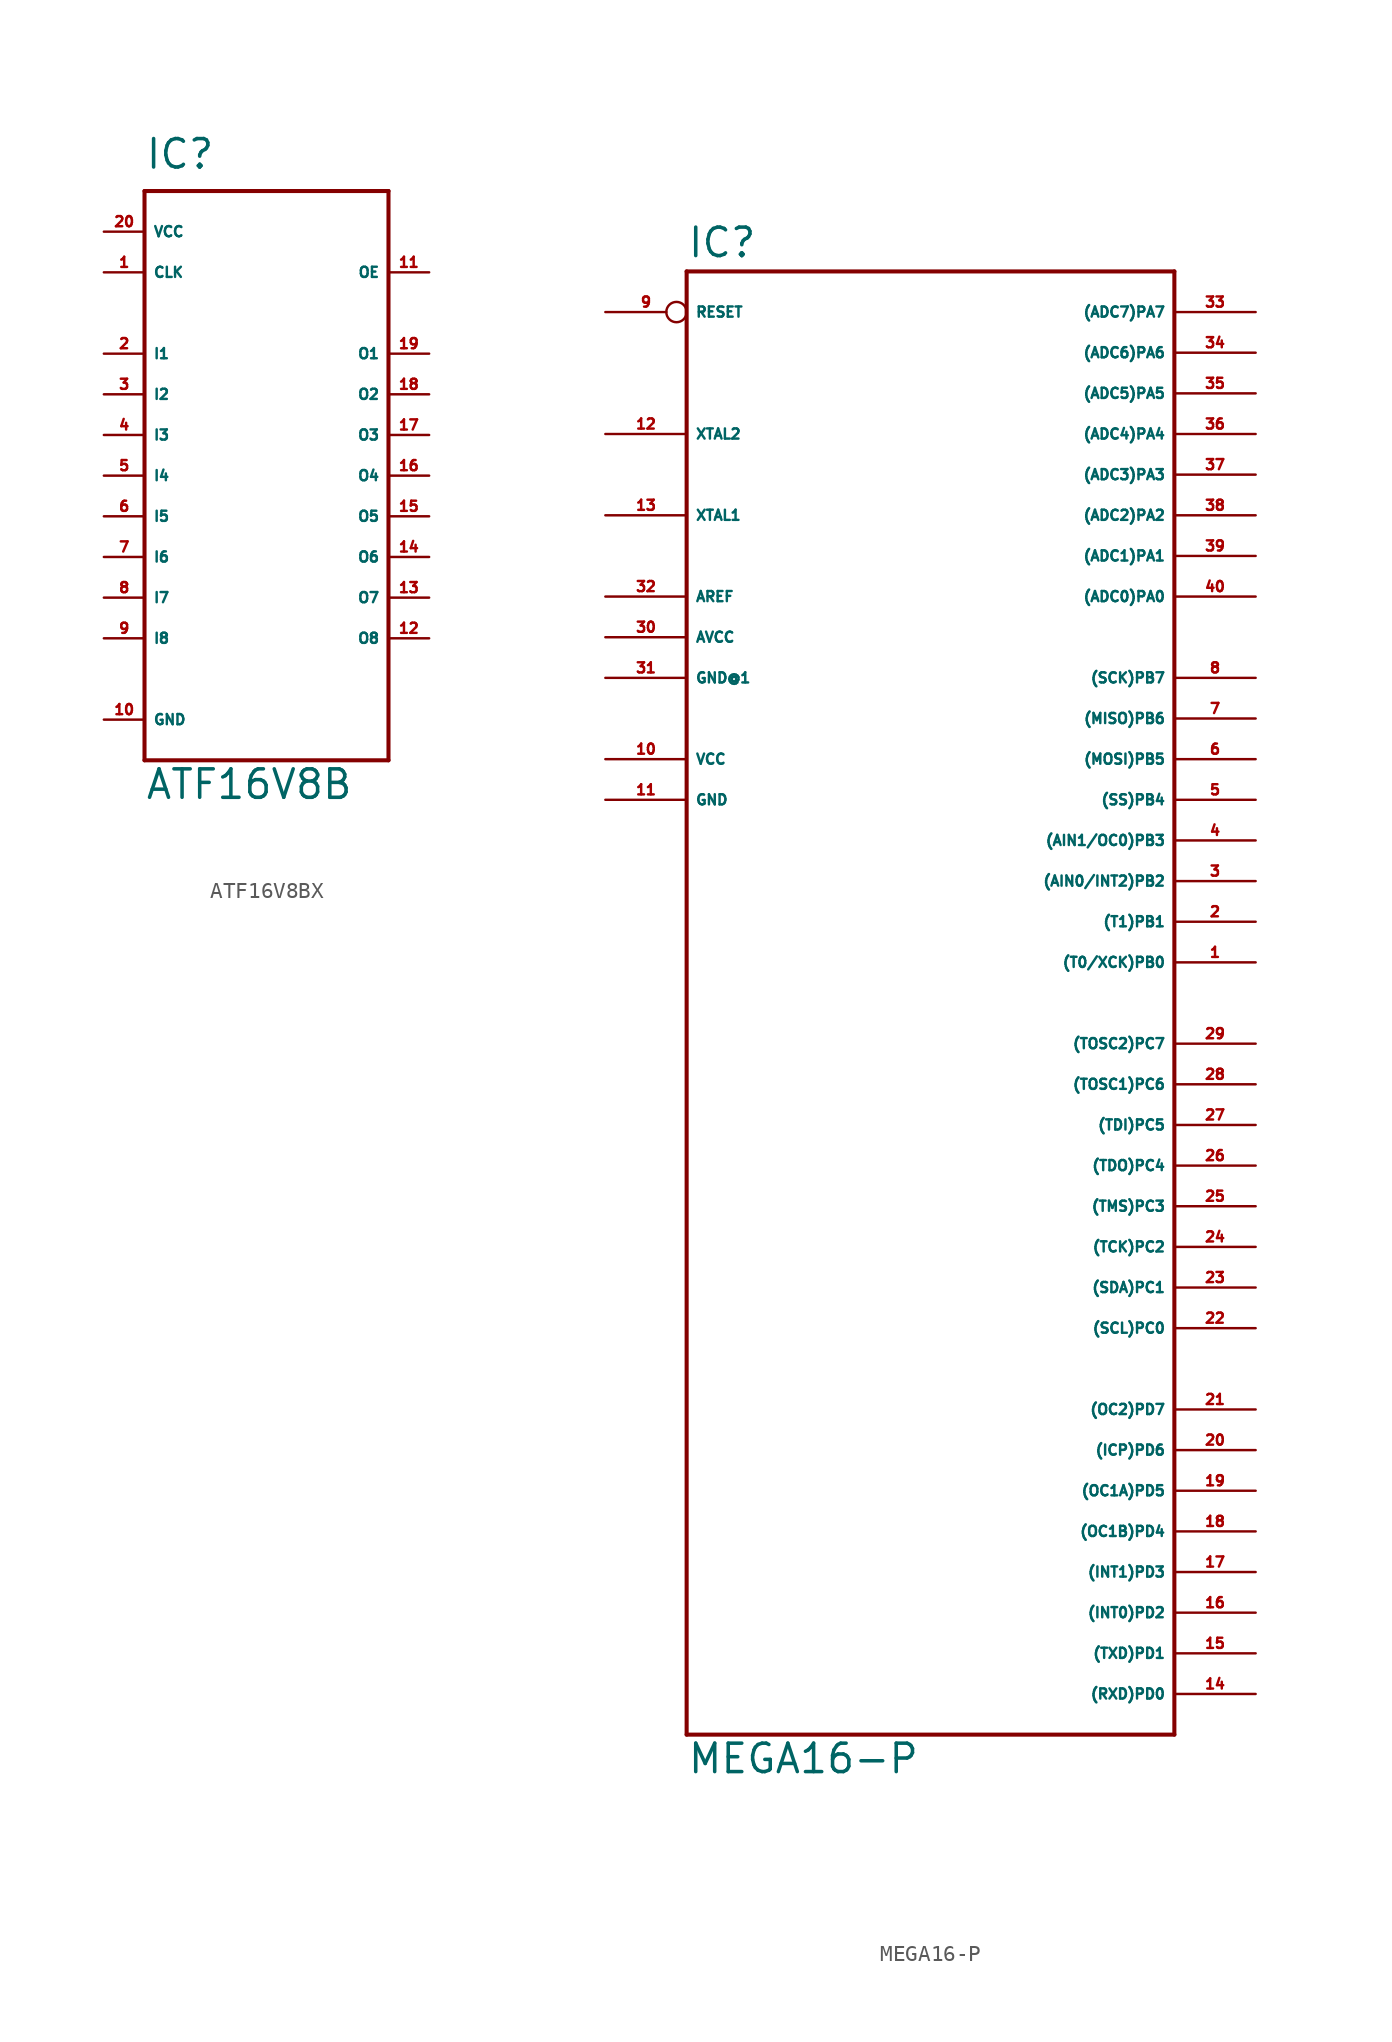
<source format=kicad_sym>
(kicad_symbol_lib
  (version 20220914)
  (generator Eagle2Kicad)
  (symbol "ATF16V8BX"
    (property "Reference" "IC"
      (at -7.62 19.05 0)
      (effects (font (size 1.778 1.778) (thickness 0.22)) (justify left bottom)))
    (property "Value" "ATF16V8B"
      (at -7.62 -20.32 0)
      (effects (font (size 1.778 1.778) (thickness 0.22)) (justify left bottom)))
    (polyline
      (pts (xy -7.62 17.78) (xy 7.62 17.78))
      (stroke (width 0.254) (type default))
      (fill (type none)))
    (polyline
      (pts (xy 7.62 17.78) (xy 7.62 -17.78))
      (stroke (width 0.254) (type default))
      (fill (type none)))
    (polyline
      (pts (xy 7.62 -17.78) (xy -7.62 -17.78))
      (stroke (width 0.254) (type default))
      (fill (type none)))
    (polyline
      (pts (xy -7.62 -17.78) (xy -7.62 17.78))
      (stroke (width 0.254) (type default))
      (fill (type none)))
    (pin input line
      (at -10.16 12.7 0)
      (length 2.54)
      (name "CLK" (effects (font (size 0.635 0.635) (thickness 0.08)) (justify left bottom)))
      (number "1" (effects (font (size 0.635 0.635) (thickness 0.08)) (justify left bottom))))
    (pin input line
      (at -10.16 7.62 0)
      (length 2.54)
      (name "I1" (effects (font (size 0.635 0.635) (thickness 0.08)) (justify left bottom)))
      (number "2" (effects (font (size 0.635 0.635) (thickness 0.08)) (justify left bottom))))
    (pin input line
      (at -10.16 5.08 0)
      (length 2.54)
      (name "I2" (effects (font (size 0.635 0.635) (thickness 0.08)) (justify left bottom)))
      (number "3" (effects (font (size 0.635 0.635) (thickness 0.08)) (justify left bottom))))
    (pin input line
      (at -10.16 2.54 0)
      (length 2.54)
      (name "I3" (effects (font (size 0.635 0.635) (thickness 0.08)) (justify left bottom)))
      (number "4" (effects (font (size 0.635 0.635) (thickness 0.08)) (justify left bottom))))
    (pin input line
      (at -10.16 0 0)
      (length 2.54)
      (name "I4" (effects (font (size 0.635 0.635) (thickness 0.08)) (justify left bottom)))
      (number "5" (effects (font (size 0.635 0.635) (thickness 0.08)) (justify left bottom))))
    (pin input line
      (at -10.16 -2.54 0)
      (length 2.54)
      (name "I5" (effects (font (size 0.635 0.635) (thickness 0.08)) (justify left bottom)))
      (number "6" (effects (font (size 0.635 0.635) (thickness 0.08)) (justify left bottom))))
    (pin input line
      (at -10.16 -5.08 0)
      (length 2.54)
      (name "I6" (effects (font (size 0.635 0.635) (thickness 0.08)) (justify left bottom)))
      (number "7" (effects (font (size 0.635 0.635) (thickness 0.08)) (justify left bottom))))
    (pin input line
      (at -10.16 -7.62 0)
      (length 2.54)
      (name "I7" (effects (font (size 0.635 0.635) (thickness 0.08)) (justify left bottom)))
      (number "8" (effects (font (size 0.635 0.635) (thickness 0.08)) (justify left bottom))))
    (pin input line
      (at -10.16 -10.16 0)
      (length 2.54)
      (name "I8" (effects (font (size 0.635 0.635) (thickness 0.08)) (justify left bottom)))
      (number "9" (effects (font (size 0.635 0.635) (thickness 0.08)) (justify left bottom))))
    (pin output line
      (at 10.16 7.62 180)
      (length 2.54)
      (name "O1" (effects (font (size 0.635 0.635) (thickness 0.08)) (justify left bottom)))
      (number "19" (effects (font (size 0.635 0.635) (thickness 0.08)) (justify left bottom))))
    (pin output line
      (at 10.16 5.08 180)
      (length 2.54)
      (name "O2" (effects (font (size 0.635 0.635) (thickness 0.08)) (justify left bottom)))
      (number "18" (effects (font (size 0.635 0.635) (thickness 0.08)) (justify left bottom))))
    (pin output line
      (at 10.16 2.54 180)
      (length 2.54)
      (name "O3" (effects (font (size 0.635 0.635) (thickness 0.08)) (justify left bottom)))
      (number "17" (effects (font (size 0.635 0.635) (thickness 0.08)) (justify left bottom))))
    (pin output line
      (at 10.16 0 180)
      (length 2.54)
      (name "O4" (effects (font (size 0.635 0.635) (thickness 0.08)) (justify left bottom)))
      (number "16" (effects (font (size 0.635 0.635) (thickness 0.08)) (justify left bottom))))
    (pin output line
      (at 10.16 -2.54 180)
      (length 2.54)
      (name "O5" (effects (font (size 0.635 0.635) (thickness 0.08)) (justify left bottom)))
      (number "15" (effects (font (size 0.635 0.635) (thickness 0.08)) (justify left bottom))))
    (pin output line
      (at 10.16 -5.08 180)
      (length 2.54)
      (name "O6" (effects (font (size 0.635 0.635) (thickness 0.08)) (justify left bottom)))
      (number "14" (effects (font (size 0.635 0.635) (thickness 0.08)) (justify left bottom))))
    (pin output line
      (at 10.16 -7.62 180)
      (length 2.54)
      (name "O7" (effects (font (size 0.635 0.635) (thickness 0.08)) (justify left bottom)))
      (number "13" (effects (font (size 0.635 0.635) (thickness 0.08)) (justify left bottom))))
    (pin output line
      (at 10.16 -10.16 180)
      (length 2.54)
      (name "O8" (effects (font (size 0.635 0.635) (thickness 0.08)) (justify left bottom)))
      (number "12" (effects (font (size 0.635 0.635) (thickness 0.08)) (justify left bottom))))
    (pin input line
      (at 10.16 12.7 180)
      (length 2.54)
      (name "OE" (effects (font (size 0.635 0.635) (thickness 0.08)) (justify left bottom)))
      (number "11" (effects (font (size 0.635 0.635) (thickness 0.08)) (justify left bottom))))
    (pin unspecified line
      (at -10.16 15.24 0)
      (length 2.54)
      (name "VCC" (effects (font (size 0.635 0.635) (thickness 0.08)) (justify left bottom)))
      (number "20" (effects (font (size 0.635 0.635) (thickness 0.08)) (justify left bottom))))
    (pin unspecified line
      (at -10.16 -15.24 0)
      (length 2.54)
      (name "GND" (effects (font (size 0.635 0.635) (thickness 0.08)) (justify left bottom)))
      (number "10" (effects (font (size 0.635 0.635) (thickness 0.08)) (justify left bottom)))))
  (symbol "MEGA16-P"
    (property "Reference" "IC"
      (at -15.24 43.942 0)
      (effects (font (size 1.778 1.778) (thickness 0.22)) (justify left bottom)))
    (property "Value" "MEGA16-P"
      (at -15.24 -50.8 0)
      (effects (font (size 1.778 1.778) (thickness 0.22)) (justify left bottom)))
    (polyline
      (pts (xy -15.24 43.18) (xy 15.24 43.18))
      (stroke (width 0.254) (type default))
      (fill (type none)))
    (polyline
      (pts (xy 15.24 43.18) (xy 15.24 -48.26))
      (stroke (width 0.254) (type default))
      (fill (type none)))
    (polyline
      (pts (xy 15.24 -48.26) (xy -15.24 -48.26))
      (stroke (width 0.254) (type default))
      (fill (type none)))
    (polyline
      (pts (xy -15.24 -48.26) (xy -15.24 43.18))
      (stroke (width 0.254) (type default))
      (fill (type none)))
    (pin bidirectional line
      (at 20.32 40.64 180)
      (length 5.08)
      (name "(ADC7)PA7" (effects (font (size 0.635 0.635) (thickness 0.08)) (justify left bottom)))
      (number "33" (effects (font (size 0.635 0.635) (thickness 0.08)) (justify left bottom))))
    (pin bidirectional line
      (at 20.32 38.1 180)
      (length 5.08)
      (name "(ADC6)PA6" (effects (font (size 0.635 0.635) (thickness 0.08)) (justify left bottom)))
      (number "34" (effects (font (size 0.635 0.635) (thickness 0.08)) (justify left bottom))))
    (pin bidirectional line
      (at 20.32 35.56 180)
      (length 5.08)
      (name "(ADC5)PA5" (effects (font (size 0.635 0.635) (thickness 0.08)) (justify left bottom)))
      (number "35" (effects (font (size 0.635 0.635) (thickness 0.08)) (justify left bottom))))
    (pin bidirectional line
      (at 20.32 33.02 180)
      (length 5.08)
      (name "(ADC4)PA4" (effects (font (size 0.635 0.635) (thickness 0.08)) (justify left bottom)))
      (number "36" (effects (font (size 0.635 0.635) (thickness 0.08)) (justify left bottom))))
    (pin bidirectional line
      (at 20.32 30.48 180)
      (length 5.08)
      (name "(ADC3)PA3" (effects (font (size 0.635 0.635) (thickness 0.08)) (justify left bottom)))
      (number "37" (effects (font (size 0.635 0.635) (thickness 0.08)) (justify left bottom))))
    (pin bidirectional line
      (at 20.32 27.94 180)
      (length 5.08)
      (name "(ADC2)PA2" (effects (font (size 0.635 0.635) (thickness 0.08)) (justify left bottom)))
      (number "38" (effects (font (size 0.635 0.635) (thickness 0.08)) (justify left bottom))))
    (pin bidirectional line
      (at 20.32 25.4 180)
      (length 5.08)
      (name "(ADC1)PA1" (effects (font (size 0.635 0.635) (thickness 0.08)) (justify left bottom)))
      (number "39" (effects (font (size 0.635 0.635) (thickness 0.08)) (justify left bottom))))
    (pin bidirectional line
      (at 20.32 22.86 180)
      (length 5.08)
      (name "(ADC0)PA0" (effects (font (size 0.635 0.635) (thickness 0.08)) (justify left bottom)))
      (number "40" (effects (font (size 0.635 0.635) (thickness 0.08)) (justify left bottom))))
    (pin bidirectional line
      (at 20.32 17.78 180)
      (length 5.08)
      (name "(SCK)PB7" (effects (font (size 0.635 0.635) (thickness 0.08)) (justify left bottom)))
      (number "8" (effects (font (size 0.635 0.635) (thickness 0.08)) (justify left bottom))))
    (pin bidirectional line
      (at 20.32 15.24 180)
      (length 5.08)
      (name "(MISO)PB6" (effects (font (size 0.635 0.635) (thickness 0.08)) (justify left bottom)))
      (number "7" (effects (font (size 0.635 0.635) (thickness 0.08)) (justify left bottom))))
    (pin bidirectional line
      (at 20.32 12.7 180)
      (length 5.08)
      (name "(MOSI)PB5" (effects (font (size 0.635 0.635) (thickness 0.08)) (justify left bottom)))
      (number "6" (effects (font (size 0.635 0.635) (thickness 0.08)) (justify left bottom))))
    (pin bidirectional line
      (at 20.32 10.16 180)
      (length 5.08)
      (name "(SS)PB4" (effects (font (size 0.635 0.635) (thickness 0.08)) (justify left bottom)))
      (number "5" (effects (font (size 0.635 0.635) (thickness 0.08)) (justify left bottom))))
    (pin bidirectional line
      (at 20.32 7.62 180)
      (length 5.08)
      (name "(AIN1/OC0)PB3" (effects (font (size 0.635 0.635) (thickness 0.08)) (justify left bottom)))
      (number "4" (effects (font (size 0.635 0.635) (thickness 0.08)) (justify left bottom))))
    (pin bidirectional line
      (at 20.32 5.08 180)
      (length 5.08)
      (name "(AIN0/INT2)PB2" (effects (font (size 0.635 0.635) (thickness 0.08)) (justify left bottom)))
      (number "3" (effects (font (size 0.635 0.635) (thickness 0.08)) (justify left bottom))))
    (pin bidirectional line
      (at 20.32 2.54 180)
      (length 5.08)
      (name "(T1)PB1" (effects (font (size 0.635 0.635) (thickness 0.08)) (justify left bottom)))
      (number "2" (effects (font (size 0.635 0.635) (thickness 0.08)) (justify left bottom))))
    (pin bidirectional line
      (at 20.32 0 180)
      (length 5.08)
      (name "(T0/XCK)PB0" (effects (font (size 0.635 0.635) (thickness 0.08)) (justify left bottom)))
      (number "1" (effects (font (size 0.635 0.635) (thickness 0.08)) (justify left bottom))))
    (pin bidirectional line
      (at 20.32 -5.08 180)
      (length 5.08)
      (name "(TOSC2)PC7" (effects (font (size 0.635 0.635) (thickness 0.08)) (justify left bottom)))
      (number "29" (effects (font (size 0.635 0.635) (thickness 0.08)) (justify left bottom))))
    (pin bidirectional line
      (at 20.32 -7.62 180)
      (length 5.08)
      (name "(TOSC1)PC6" (effects (font (size 0.635 0.635) (thickness 0.08)) (justify left bottom)))
      (number "28" (effects (font (size 0.635 0.635) (thickness 0.08)) (justify left bottom))))
    (pin bidirectional line
      (at 20.32 -10.16 180)
      (length 5.08)
      (name "(TDI)PC5" (effects (font (size 0.635 0.635) (thickness 0.08)) (justify left bottom)))
      (number "27" (effects (font (size 0.635 0.635) (thickness 0.08)) (justify left bottom))))
    (pin bidirectional line
      (at 20.32 -12.7 180)
      (length 5.08)
      (name "(TDO)PC4" (effects (font (size 0.635 0.635) (thickness 0.08)) (justify left bottom)))
      (number "26" (effects (font (size 0.635 0.635) (thickness 0.08)) (justify left bottom))))
    (pin bidirectional line
      (at 20.32 -15.24 180)
      (length 5.08)
      (name "(TMS)PC3" (effects (font (size 0.635 0.635) (thickness 0.08)) (justify left bottom)))
      (number "25" (effects (font (size 0.635 0.635) (thickness 0.08)) (justify left bottom))))
    (pin bidirectional line
      (at 20.32 -17.78 180)
      (length 5.08)
      (name "(TCK)PC2" (effects (font (size 0.635 0.635) (thickness 0.08)) (justify left bottom)))
      (number "24" (effects (font (size 0.635 0.635) (thickness 0.08)) (justify left bottom))))
    (pin bidirectional line
      (at 20.32 -20.32 180)
      (length 5.08)
      (name "(SDA)PC1" (effects (font (size 0.635 0.635) (thickness 0.08)) (justify left bottom)))
      (number "23" (effects (font (size 0.635 0.635) (thickness 0.08)) (justify left bottom))))
    (pin bidirectional line
      (at 20.32 -22.86 180)
      (length 5.08)
      (name "(SCL)PC0" (effects (font (size 0.635 0.635) (thickness 0.08)) (justify left bottom)))
      (number "22" (effects (font (size 0.635 0.635) (thickness 0.08)) (justify left bottom))))
    (pin unspecified line
      (at -20.32 17.78 0)
      (length 5.08)
      (name "GND@1" (effects (font (size 0.635 0.635) (thickness 0.08)) (justify left bottom)))
      (number "31" (effects (font (size 0.635 0.635) (thickness 0.08)) (justify left bottom))))
    (pin unspecified line
      (at -20.32 20.32 0)
      (length 5.08)
      (name "AVCC" (effects (font (size 0.635 0.635) (thickness 0.08)) (justify left bottom)))
      (number "30" (effects (font (size 0.635 0.635) (thickness 0.08)) (justify left bottom))))
    (pin passive line
      (at -20.32 22.86 0)
      (length 5.08)
      (name "AREF" (effects (font (size 0.635 0.635) (thickness 0.08)) (justify left bottom)))
      (number "32" (effects (font (size 0.635 0.635) (thickness 0.08)) (justify left bottom))))
    (pin bidirectional line
      (at -20.32 27.94 0)
      (length 5.08)
      (name "XTAL1" (effects (font (size 0.635 0.635) (thickness 0.08)) (justify left bottom)))
      (number "13" (effects (font (size 0.635 0.635) (thickness 0.08)) (justify left bottom))))
    (pin bidirectional line
      (at -20.32 33.02 0)
      (length 5.08)
      (name "XTAL2" (effects (font (size 0.635 0.635) (thickness 0.08)) (justify left bottom)))
      (number "12" (effects (font (size 0.635 0.635) (thickness 0.08)) (justify left bottom))))
    (pin unspecified line
      (at -20.32 12.7 0)
      (length 5.08)
      (name "VCC" (effects (font (size 0.635 0.635) (thickness 0.08)) (justify left bottom)))
      (number "10" (effects (font (size 0.635 0.635) (thickness 0.08)) (justify left bottom))))
    (pin unspecified line
      (at -20.32 10.16 0)
      (length 5.08)
      (name "GND" (effects (font (size 0.635 0.635) (thickness 0.08)) (justify left bottom)))
      (number "11" (effects (font (size 0.635 0.635) (thickness 0.08)) (justify left bottom))))
    (pin input inverted
      (at -20.32 40.64 0)
      (length 5.08)
      (name "RESET" (effects (font (size 0.635 0.635) (thickness 0.08)) (justify left bottom)))
      (number "9" (effects (font (size 0.635 0.635) (thickness 0.08)) (justify left bottom))))
    (pin bidirectional line
      (at 20.32 -45.72 180)
      (length 5.08)
      (name "(RXD)PD0" (effects (font (size 0.635 0.635) (thickness 0.08)) (justify left bottom)))
      (number "14" (effects (font (size 0.635 0.635) (thickness 0.08)) (justify left bottom))))
    (pin bidirectional line
      (at 20.32 -43.18 180)
      (length 5.08)
      (name "(TXD)PD1" (effects (font (size 0.635 0.635) (thickness 0.08)) (justify left bottom)))
      (number "15" (effects (font (size 0.635 0.635) (thickness 0.08)) (justify left bottom))))
    (pin bidirectional line
      (at 20.32 -40.64 180)
      (length 5.08)
      (name "(INT0)PD2" (effects (font (size 0.635 0.635) (thickness 0.08)) (justify left bottom)))
      (number "16" (effects (font (size 0.635 0.635) (thickness 0.08)) (justify left bottom))))
    (pin bidirectional line
      (at 20.32 -38.1 180)
      (length 5.08)
      (name "(INT1)PD3" (effects (font (size 0.635 0.635) (thickness 0.08)) (justify left bottom)))
      (number "17" (effects (font (size 0.635 0.635) (thickness 0.08)) (justify left bottom))))
    (pin bidirectional line
      (at 20.32 -35.56 180)
      (length 5.08)
      (name "(OC1B)PD4" (effects (font (size 0.635 0.635) (thickness 0.08)) (justify left bottom)))
      (number "18" (effects (font (size 0.635 0.635) (thickness 0.08)) (justify left bottom))))
    (pin bidirectional line
      (at 20.32 -33.02 180)
      (length 5.08)
      (name "(OC1A)PD5" (effects (font (size 0.635 0.635) (thickness 0.08)) (justify left bottom)))
      (number "19" (effects (font (size 0.635 0.635) (thickness 0.08)) (justify left bottom))))
    (pin bidirectional line
      (at 20.32 -30.48 180)
      (length 5.08)
      (name "(ICP)PD6" (effects (font (size 0.635 0.635) (thickness 0.08)) (justify left bottom)))
      (number "20" (effects (font (size 0.635 0.635) (thickness 0.08)) (justify left bottom))))
    (pin bidirectional line
      (at 20.32 -27.94 180)
      (length 5.08)
      (name "(OC2)PD7" (effects (font (size 0.635 0.635) (thickness 0.08)) (justify left bottom)))
      (number "21" (effects (font (size 0.635 0.635) (thickness 0.08)) (justify left bottom))))))
</source>
